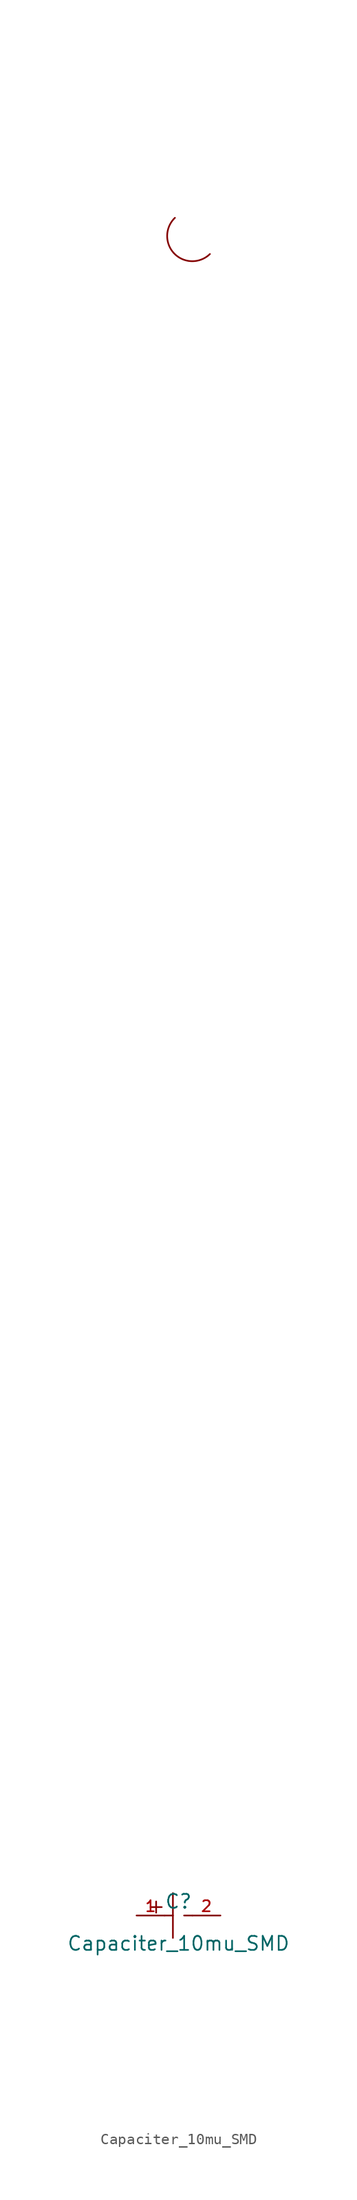
<source format=kicad_sym>
(kicad_symbol_lib
  (version 20231120)
  (generator "kicad_symbol_editor")
  (generator_version "8.0")
  (symbol "Capaciter_10mu_SMD"
    (pin_names hide)
    (property "Reference" "C"
      (at 0 1.27 0)
      (effects (font (size 1.27 1.27))))
    (property "Value" "Capaciter_10mu_SMD"
      (at 0 -2.54 0)
      (effects (font (size 1.27 1.27))))
    (symbol "Capaciter_10mu_SMD_0_1"
      (arc (start -0.3244 153.9822) (mid -0.376 150.7496) (end 2.8565 150.698) (stroke (width 0) (type default)) (fill (type none)))
      (polyline (pts (xy -2.54 0.762) (xy -1.524 0.762)) (stroke (width 0) (type default)) (fill (type none)))
      (polyline (pts (xy -2.032 1.27) (xy -2.032 0.254)) (stroke (width 0) (type default)) (fill (type none)))
      (polyline (pts (xy -1.27 0) (xy -0.508 0)) (stroke (width 0) (type default)) (fill (type none)))
      (polyline (pts (xy -0.508 2.032) (xy -0.508 -2.032)) (stroke (width 0) (type default)) (fill (type none)))
      (polyline (pts (xy 0.508 0) (xy 1.27 0)) (stroke (width 0) (type default)) (fill (type none)))
      (pin input line (at -3.81 0 0) (length 2.54) (name "1" (effects (font (size 1 1)))) (number "1" (effects (font (size 1 1)))))
      (pin input line (at 3.81 0 180) (length 2.54) (name "2" (effects (font (size 1 1)))) (number "2" (effects (font (size 1 1))))))))
</source>
